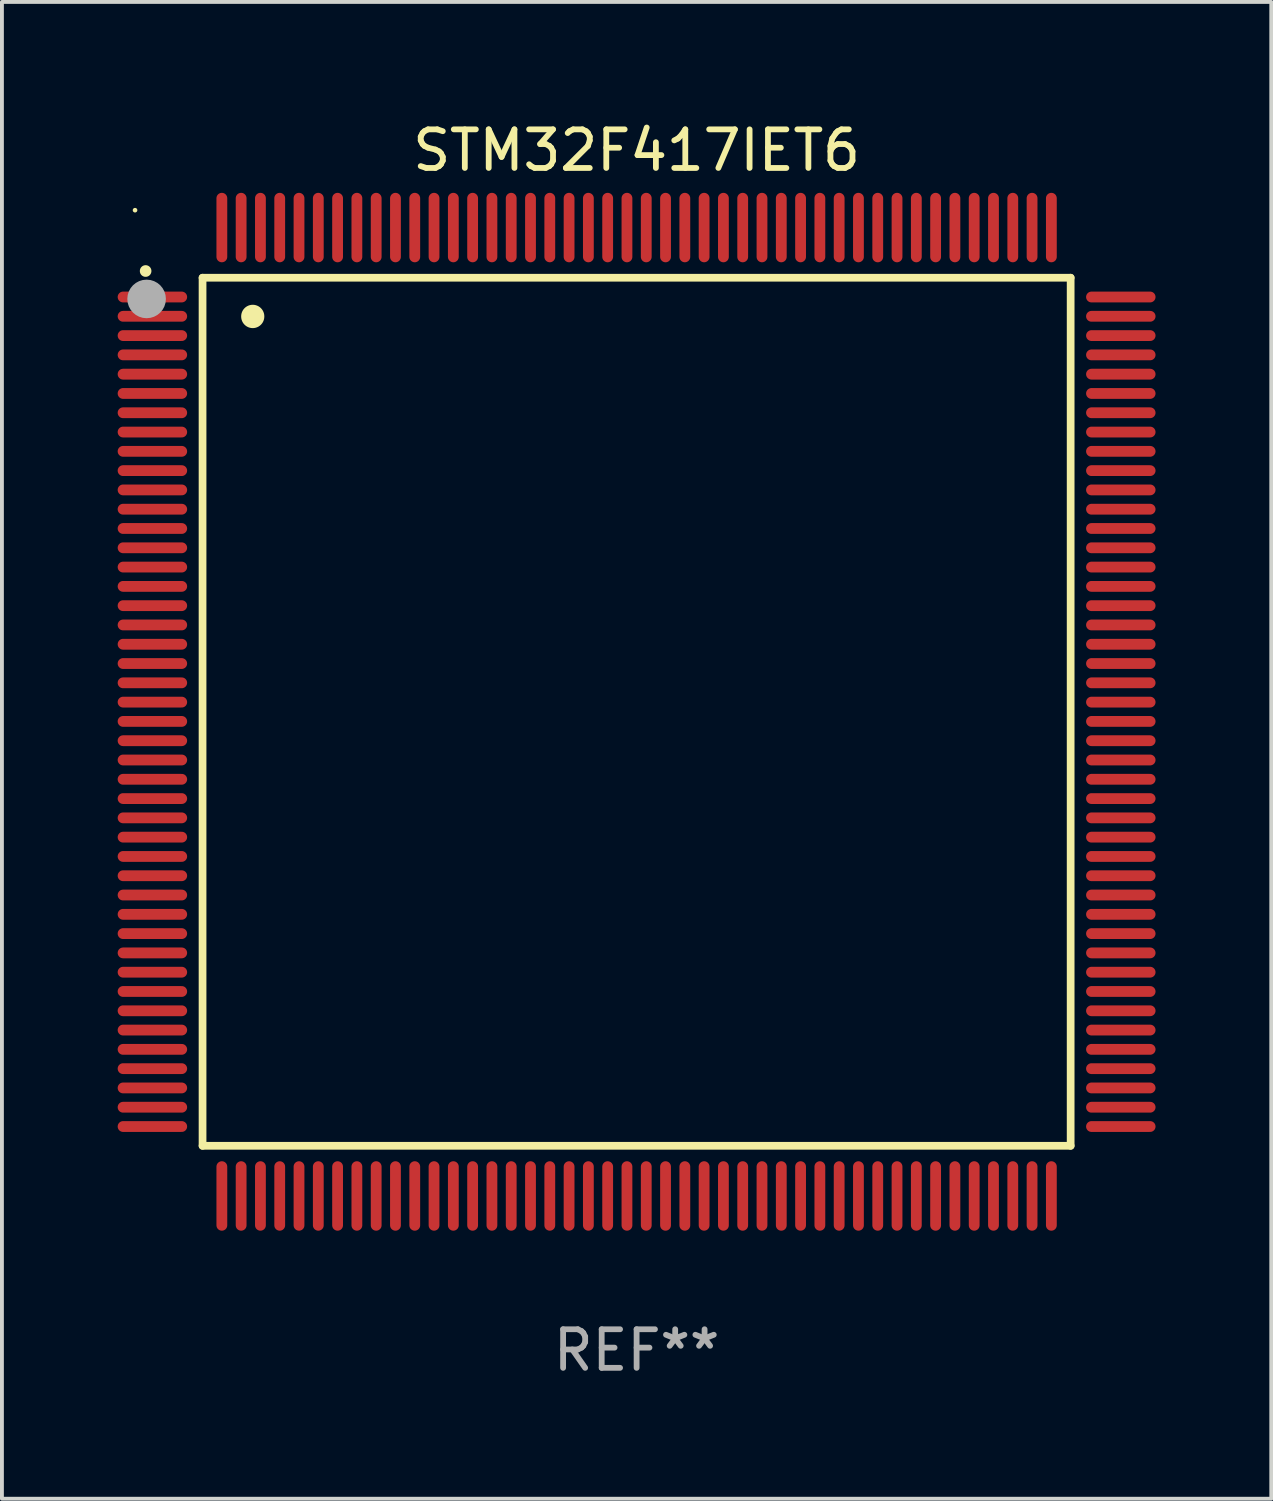
<source format=kicad_pcb>
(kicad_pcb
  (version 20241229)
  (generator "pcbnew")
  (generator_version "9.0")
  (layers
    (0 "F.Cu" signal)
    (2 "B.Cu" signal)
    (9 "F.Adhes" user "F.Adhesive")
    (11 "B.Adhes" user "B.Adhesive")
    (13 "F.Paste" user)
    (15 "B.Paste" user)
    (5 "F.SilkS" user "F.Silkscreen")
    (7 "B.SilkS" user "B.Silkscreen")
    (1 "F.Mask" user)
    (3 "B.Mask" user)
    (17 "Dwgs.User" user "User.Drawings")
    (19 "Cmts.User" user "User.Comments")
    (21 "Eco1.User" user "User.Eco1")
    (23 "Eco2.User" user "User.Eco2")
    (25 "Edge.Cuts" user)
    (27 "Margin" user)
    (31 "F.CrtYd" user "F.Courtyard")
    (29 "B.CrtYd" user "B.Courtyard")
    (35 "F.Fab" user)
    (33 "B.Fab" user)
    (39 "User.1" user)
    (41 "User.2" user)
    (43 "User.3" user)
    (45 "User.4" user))
  (footprint "STM32F417IET6"
    (layer "F.Cu")
    (at 13.45 15.398)
    (property "Reference" "STM32F417IET6" (at 0 -14.55 0) (layer "F.SilkS") (effects (font (size 1 1) (thickness 0.15))))
    (attr through_hole)
    (fp_line (start -11.25 -11.25) (end 11.25 -11.25) (stroke (width 0.2) (type solid)) (layer "F.SilkS"))
    (fp_line (start -11.25 11.25) (end -11.25 -11.25) (stroke (width 0.2) (type solid)) (layer "F.SilkS"))
    (fp_line (start 11.25 -11.25) (end 11.25 11.25) (stroke (width 0.2) (type solid)) (layer "F.SilkS"))
    (fp_line (start 11.25 11.25) (end -11.25 11.25) (stroke (width 0.2) (type solid)) (layer "F.SilkS"))
    (fp_arc (start -12.725425 -11.422403) (mid -12.72543 -11.423673) (end -12.725425 -11.424943) (stroke (width 0.3) (type solid)) (layer "F.SilkS"))
    (fp_arc (start -9.9492 -10.24384) (mid -9.949211 -10.24638) (end -9.9492 -10.24892) (stroke (width 0.6) (type solid)) (layer "F.SilkS"))
    (fp_circle (center -13 -13) (end -12.97 -13) (stroke (width 0.06) (type solid)) (fill no) (layer "F.SilkS"))
    (fp_circle (center -12.7 -10.7) (end -12.45 -10.7) (stroke (width 0.5) (type solid)) (fill no) (layer "F.Fab"))
    (fp_text user "REF**" (at 0 16.55 0) (layer "F.Fab") (effects (font (size 1 1) (thickness 0.15))))
    (pad "1" smd oval (at -12.55 -10.75 90) (size 0.28 1.8) (layers "F.Cu" "F.Mask" "F.Paste"))
    (pad "2" smd oval (at -12.55 -10.25 90) (size 0.28 1.8) (layers "F.Cu" "F.Mask" "F.Paste"))
    (pad "3" smd oval (at -12.55 -9.75 90) (size 0.28 1.8) (layers "F.Cu" "F.Mask" "F.Paste"))
    (pad "4" smd oval (at -12.55 -9.25 90) (size 0.28 1.8) (layers "F.Cu" "F.Mask" "F.Paste"))
    (pad "5" smd oval (at -12.55 -8.75 90) (size 0.28 1.8) (layers "F.Cu" "F.Mask" "F.Paste"))
    (pad "6" smd oval (at -12.55 -8.25 90) (size 0.28 1.8) (layers "F.Cu" "F.Mask" "F.Paste"))
    (pad "7" smd oval (at -12.55 -7.75 90) (size 0.28 1.8) (layers "F.Cu" "F.Mask" "F.Paste"))
    (pad "8" smd oval (at -12.55 -7.25 90) (size 0.28 1.8) (layers "F.Cu" "F.Mask" "F.Paste"))
    (pad "9" smd oval (at -12.55 -6.75 90) (size 0.28 1.8) (layers "F.Cu" "F.Mask" "F.Paste"))
    (pad "10" smd oval (at -12.55 -6.25 90) (size 0.28 1.8) (layers "F.Cu" "F.Mask" "F.Paste"))
    (pad "11" smd oval (at -12.55 -5.75 90) (size 0.28 1.8) (layers "F.Cu" "F.Mask" "F.Paste"))
    (pad "12" smd oval (at -12.55 -5.25 90) (size 0.28 1.8) (layers "F.Cu" "F.Mask" "F.Paste"))
    (pad "13" smd oval (at -12.55 -4.75 90) (size 0.28 1.8) (layers "F.Cu" "F.Mask" "F.Paste"))
    (pad "14" smd oval (at -12.55 -4.25 90) (size 0.28 1.8) (layers "F.Cu" "F.Mask" "F.Paste"))
    (pad "15" smd oval (at -12.55 -3.75 90) (size 0.28 1.8) (layers "F.Cu" "F.Mask" "F.Paste"))
    (pad "16" smd oval (at -12.55 -3.25 90) (size 0.28 1.8) (layers "F.Cu" "F.Mask" "F.Paste"))
    (pad "17" smd oval (at -12.55 -2.75 90) (size 0.28 1.8) (layers "F.Cu" "F.Mask" "F.Paste"))
    (pad "18" smd oval (at -12.55 -2.25 90) (size 0.28 1.8) (layers "F.Cu" "F.Mask" "F.Paste"))
    (pad "19" smd oval (at -12.55 -1.75 90) (size 0.28 1.8) (layers "F.Cu" "F.Mask" "F.Paste"))
    (pad "20" smd oval (at -12.55 -1.25 90) (size 0.28 1.8) (layers "F.Cu" "F.Mask" "F.Paste"))
    (pad "21" smd oval (at -12.55 -0.75 90) (size 0.28 1.8) (layers "F.Cu" "F.Mask" "F.Paste"))
    (pad "22" smd oval (at -12.55 -0.25 90) (size 0.28 1.8) (layers "F.Cu" "F.Mask" "F.Paste"))
    (pad "23" smd oval (at -12.55 0.25 90) (size 0.28 1.8) (layers "F.Cu" "F.Mask" "F.Paste"))
    (pad "24" smd oval (at -12.55 0.75 90) (size 0.28 1.8) (layers "F.Cu" "F.Mask" "F.Paste"))
    (pad "25" smd oval (at -12.55 1.25 90) (size 0.28 1.8) (layers "F.Cu" "F.Mask" "F.Paste"))
    (pad "26" smd oval (at -12.55 1.75 90) (size 0.28 1.8) (layers "F.Cu" "F.Mask" "F.Paste"))
    (pad "27" smd oval (at -12.55 2.25 90) (size 0.28 1.8) (layers "F.Cu" "F.Mask" "F.Paste"))
    (pad "28" smd oval (at -12.55 2.75 90) (size 0.28 1.8) (layers "F.Cu" "F.Mask" "F.Paste"))
    (pad "29" smd oval (at -12.55 3.25 90) (size 0.28 1.8) (layers "F.Cu" "F.Mask" "F.Paste"))
    (pad "30" smd oval (at -12.55 3.75 90) (size 0.28 1.8) (layers "F.Cu" "F.Mask" "F.Paste"))
    (pad "31" smd oval (at -12.55 4.25 90) (size 0.28 1.8) (layers "F.Cu" "F.Mask" "F.Paste"))
    (pad "32" smd oval (at -12.55 4.75 90) (size 0.28 1.8) (layers "F.Cu" "F.Mask" "F.Paste"))
    (pad "33" smd oval (at -12.55 5.25 90) (size 0.28 1.8) (layers "F.Cu" "F.Mask" "F.Paste"))
    (pad "34" smd oval (at -12.55 5.75 90) (size 0.28 1.8) (layers "F.Cu" "F.Mask" "F.Paste"))
    (pad "35" smd oval (at -12.55 6.25 90) (size 0.28 1.8) (layers "F.Cu" "F.Mask" "F.Paste"))
    (pad "36" smd oval (at -12.55 6.75 90) (size 0.28 1.8) (layers "F.Cu" "F.Mask" "F.Paste"))
    (pad "37" smd oval (at -12.55 7.25 90) (size 0.28 1.8) (layers "F.Cu" "F.Mask" "F.Paste"))
    (pad "38" smd oval (at -12.55 7.75 90) (size 0.28 1.8) (layers "F.Cu" "F.Mask" "F.Paste"))
    (pad "39" smd oval (at -12.55 8.25 90) (size 0.28 1.8) (layers "F.Cu" "F.Mask" "F.Paste"))
    (pad "40" smd oval (at -12.55 8.75 90) (size 0.28 1.8) (layers "F.Cu" "F.Mask" "F.Paste"))
    (pad "41" smd oval (at -12.55 9.25 90) (size 0.28 1.8) (layers "F.Cu" "F.Mask" "F.Paste"))
    (pad "42" smd oval (at -12.55 9.75 90) (size 0.28 1.8) (layers "F.Cu" "F.Mask" "F.Paste"))
    (pad "43" smd oval (at -12.55 10.25 90) (size 0.28 1.8) (layers "F.Cu" "F.Mask" "F.Paste"))
    (pad "44" smd oval (at -12.55 10.75 90) (size 0.28 1.8) (layers "F.Cu" "F.Mask" "F.Paste"))
    (pad "45" smd oval (at -10.75 12.55) (size 0.28 1.8) (layers "F.Cu" "F.Mask" "F.Paste"))
    (pad "46" smd oval (at -10.25 12.55) (size 0.28 1.8) (layers "F.Cu" "F.Mask" "F.Paste"))
    (pad "47" smd oval (at -9.75 12.55) (size 0.28 1.8) (layers "F.Cu" "F.Mask" "F.Paste"))
    (pad "48" smd oval (at -9.25 12.55) (size 0.28 1.8) (layers "F.Cu" "F.Mask" "F.Paste"))
    (pad "49" smd oval (at -8.75 12.55) (size 0.28 1.8) (layers "F.Cu" "F.Mask" "F.Paste"))
    (pad "50" smd oval (at -8.25 12.55) (size 0.28 1.8) (layers "F.Cu" "F.Mask" "F.Paste"))
    (pad "51" smd oval (at -7.75 12.55) (size 0.28 1.8) (layers "F.Cu" "F.Mask" "F.Paste"))
    (pad "52" smd oval (at -7.25 12.55) (size 0.28 1.8) (layers "F.Cu" "F.Mask" "F.Paste"))
    (pad "53" smd oval (at -6.75 12.55) (size 0.28 1.8) (layers "F.Cu" "F.Mask" "F.Paste"))
    (pad "54" smd oval (at -6.25 12.55) (size 0.28 1.8) (layers "F.Cu" "F.Mask" "F.Paste"))
    (pad "55" smd oval (at -5.75 12.55) (size 0.28 1.8) (layers "F.Cu" "F.Mask" "F.Paste"))
    (pad "56" smd oval (at -5.25 12.55) (size 0.28 1.8) (layers "F.Cu" "F.Mask" "F.Paste"))
    (pad "57" smd oval (at -4.75 12.55) (size 0.28 1.8) (layers "F.Cu" "F.Mask" "F.Paste"))
    (pad "58" smd oval (at -4.25 12.55) (size 0.28 1.8) (layers "F.Cu" "F.Mask" "F.Paste"))
    (pad "59" smd oval (at -3.75 12.55) (size 0.28 1.8) (layers "F.Cu" "F.Mask" "F.Paste"))
    (pad "60" smd oval (at -3.25 12.55) (size 0.28 1.8) (layers "F.Cu" "F.Mask" "F.Paste"))
    (pad "61" smd oval (at -2.75 12.55) (size 0.28 1.8) (layers "F.Cu" "F.Mask" "F.Paste"))
    (pad "62" smd oval (at -2.25 12.55) (size 0.28 1.8) (layers "F.Cu" "F.Mask" "F.Paste"))
    (pad "63" smd oval (at -1.75 12.55) (size 0.28 1.8) (layers "F.Cu" "F.Mask" "F.Paste"))
    (pad "64" smd oval (at -1.25 12.55) (size 0.28 1.8) (layers "F.Cu" "F.Mask" "F.Paste"))
    (pad "65" smd oval (at -0.75 12.55) (size 0.28 1.8) (layers "F.Cu" "F.Mask" "F.Paste"))
    (pad "66" smd oval (at -0.25 12.55) (size 0.28 1.8) (layers "F.Cu" "F.Mask" "F.Paste"))
    (pad "67" smd oval (at 0.25 12.55) (size 0.28 1.8) (layers "F.Cu" "F.Mask" "F.Paste"))
    (pad "68" smd oval (at 0.75 12.55) (size 0.28 1.8) (layers "F.Cu" "F.Mask" "F.Paste"))
    (pad "69" smd oval (at 1.25 12.55) (size 0.28 1.8) (layers "F.Cu" "F.Mask" "F.Paste"))
    (pad "70" smd oval (at 1.75 12.55) (size 0.28 1.8) (layers "F.Cu" "F.Mask" "F.Paste"))
    (pad "71" smd oval (at 2.25 12.55) (size 0.28 1.8) (layers "F.Cu" "F.Mask" "F.Paste"))
    (pad "72" smd oval (at 2.75 12.55) (size 0.28 1.8) (layers "F.Cu" "F.Mask" "F.Paste"))
    (pad "73" smd oval (at 3.25 12.55) (size 0.28 1.8) (layers "F.Cu" "F.Mask" "F.Paste"))
    (pad "74" smd oval (at 3.75 12.55) (size 0.28 1.8) (layers "F.Cu" "F.Mask" "F.Paste"))
    (pad "75" smd oval (at 4.25 12.55) (size 0.28 1.8) (layers "F.Cu" "F.Mask" "F.Paste"))
    (pad "76" smd oval (at 4.75 12.55) (size 0.28 1.8) (layers "F.Cu" "F.Mask" "F.Paste"))
    (pad "77" smd oval (at 5.25 12.55) (size 0.28 1.8) (layers "F.Cu" "F.Mask" "F.Paste"))
    (pad "78" smd oval (at 5.75 12.55) (size 0.28 1.8) (layers "F.Cu" "F.Mask" "F.Paste"))
    (pad "79" smd oval (at 6.25 12.55) (size 0.28 1.8) (layers "F.Cu" "F.Mask" "F.Paste"))
    (pad "80" smd oval (at 6.75 12.55) (size 0.28 1.8) (layers "F.Cu" "F.Mask" "F.Paste"))
    (pad "81" smd oval (at 7.25 12.55) (size 0.28 1.8) (layers "F.Cu" "F.Mask" "F.Paste"))
    (pad "82" smd oval (at 7.75 12.55) (size 0.28 1.8) (layers "F.Cu" "F.Mask" "F.Paste"))
    (pad "83" smd oval (at 8.25 12.55) (size 0.28 1.8) (layers "F.Cu" "F.Mask" "F.Paste"))
    (pad "84" smd oval (at 8.75 12.55) (size 0.28 1.8) (layers "F.Cu" "F.Mask" "F.Paste"))
    (pad "85" smd oval (at 9.25 12.55) (size 0.28 1.8) (layers "F.Cu" "F.Mask" "F.Paste"))
    (pad "86" smd oval (at 9.75 12.55) (size 0.28 1.8) (layers "F.Cu" "F.Mask" "F.Paste"))
    (pad "87" smd oval (at 10.25 12.55) (size 0.28 1.8) (layers "F.Cu" "F.Mask" "F.Paste"))
    (pad "88" smd oval (at 10.75 12.55) (size 0.28 1.8) (layers "F.Cu" "F.Mask" "F.Paste"))
    (pad "89" smd oval (at 12.55 10.75 90) (size 0.28 1.8) (layers "F.Cu" "F.Mask" "F.Paste"))
    (pad "90" smd oval (at 12.55 10.25 90) (size 0.28 1.8) (layers "F.Cu" "F.Mask" "F.Paste"))
    (pad "91" smd oval (at 12.55 9.75 90) (size 0.28 1.8) (layers "F.Cu" "F.Mask" "F.Paste"))
    (pad "92" smd oval (at 12.55 9.25 90) (size 0.28 1.8) (layers "F.Cu" "F.Mask" "F.Paste"))
    (pad "93" smd oval (at 12.55 8.75 90) (size 0.28 1.8) (layers "F.Cu" "F.Mask" "F.Paste"))
    (pad "94" smd oval (at 12.55 8.25 90) (size 0.28 1.8) (layers "F.Cu" "F.Mask" "F.Paste"))
    (pad "95" smd oval (at 12.55 7.75 90) (size 0.28 1.8) (layers "F.Cu" "F.Mask" "F.Paste"))
    (pad "96" smd oval (at 12.55 7.25 90) (size 0.28 1.8) (layers "F.Cu" "F.Mask" "F.Paste"))
    (pad "97" smd oval (at 12.55 6.75 90) (size 0.28 1.8) (layers "F.Cu" "F.Mask" "F.Paste"))
    (pad "98" smd oval (at 12.55 6.25 90) (size 0.28 1.8) (layers "F.Cu" "F.Mask" "F.Paste"))
    (pad "99" smd oval (at 12.55 5.75 90) (size 0.28 1.8) (layers "F.Cu" "F.Mask" "F.Paste"))
    (pad "100" smd oval (at 12.55 5.25 90) (size 0.28 1.8) (layers "F.Cu" "F.Mask" "F.Paste"))
    (pad "101" smd oval (at 12.55 4.75 90) (size 0.28 1.8) (layers "F.Cu" "F.Mask" "F.Paste"))
    (pad "102" smd oval (at 12.55 4.25 90) (size 0.28 1.8) (layers "F.Cu" "F.Mask" "F.Paste"))
    (pad "103" smd oval (at 12.55 3.75 90) (size 0.28 1.8) (layers "F.Cu" "F.Mask" "F.Paste"))
    (pad "104" smd oval (at 12.55 3.25 90) (size 0.28 1.8) (layers "F.Cu" "F.Mask" "F.Paste"))
    (pad "105" smd oval (at 12.55 2.75 90) (size 0.28 1.8) (layers "F.Cu" "F.Mask" "F.Paste"))
    (pad "106" smd oval (at 12.55 2.25 90) (size 0.28 1.8) (layers "F.Cu" "F.Mask" "F.Paste"))
    (pad "107" smd oval (at 12.55 1.75 90) (size 0.28 1.8) (layers "F.Cu" "F.Mask" "F.Paste"))
    (pad "108" smd oval (at 12.55 1.25 90) (size 0.28 1.8) (layers "F.Cu" "F.Mask" "F.Paste"))
    (pad "109" smd oval (at 12.55 0.75 90) (size 0.28 1.8) (layers "F.Cu" "F.Mask" "F.Paste"))
    (pad "110" smd oval (at 12.55 0.25 90) (size 0.28 1.8) (layers "F.Cu" "F.Mask" "F.Paste"))
    (pad "111" smd oval (at 12.55 -0.25 90) (size 0.28 1.8) (layers "F.Cu" "F.Mask" "F.Paste"))
    (pad "112" smd oval (at 12.55 -0.75 90) (size 0.28 1.8) (layers "F.Cu" "F.Mask" "F.Paste"))
    (pad "113" smd oval (at 12.55 -1.25 90) (size 0.28 1.8) (layers "F.Cu" "F.Mask" "F.Paste"))
    (pad "114" smd oval (at 12.55 -1.75 90) (size 0.28 1.8) (layers "F.Cu" "F.Mask" "F.Paste"))
    (pad "115" smd oval (at 12.55 -2.25 90) (size 0.28 1.8) (layers "F.Cu" "F.Mask" "F.Paste"))
    (pad "116" smd oval (at 12.55 -2.75 90) (size 0.28 1.8) (layers "F.Cu" "F.Mask" "F.Paste"))
    (pad "117" smd oval (at 12.55 -3.25 90) (size 0.28 1.8) (layers "F.Cu" "F.Mask" "F.Paste"))
    (pad "118" smd oval (at 12.55 -3.75 90) (size 0.28 1.8) (layers "F.Cu" "F.Mask" "F.Paste"))
    (pad "119" smd oval (at 12.55 -4.25 90) (size 0.28 1.8) (layers "F.Cu" "F.Mask" "F.Paste"))
    (pad "120" smd oval (at 12.55 -4.75 90) (size 0.28 1.8) (layers "F.Cu" "F.Mask" "F.Paste"))
    (pad "121" smd oval (at 12.55 -5.25 90) (size 0.28 1.8) (layers "F.Cu" "F.Mask" "F.Paste"))
    (pad "122" smd oval (at 12.55 -5.75 90) (size 0.28 1.8) (layers "F.Cu" "F.Mask" "F.Paste"))
    (pad "123" smd oval (at 12.55 -6.25 90) (size 0.28 1.8) (layers "F.Cu" "F.Mask" "F.Paste"))
    (pad "124" smd oval (at 12.55 -6.75 90) (size 0.28 1.8) (layers "F.Cu" "F.Mask" "F.Paste"))
    (pad "125" smd oval (at 12.55 -7.25 90) (size 0.28 1.8) (layers "F.Cu" "F.Mask" "F.Paste"))
    (pad "126" smd oval (at 12.55 -7.75 90) (size 0.28 1.8) (layers "F.Cu" "F.Mask" "F.Paste"))
    (pad "127" smd oval (at 12.55 -8.25 90) (size 0.28 1.8) (layers "F.Cu" "F.Mask" "F.Paste"))
    (pad "128" smd oval (at 12.55 -8.75 90) (size 0.28 1.8) (layers "F.Cu" "F.Mask" "F.Paste"))
    (pad "129" smd oval (at 12.55 -9.25 90) (size 0.28 1.8) (layers "F.Cu" "F.Mask" "F.Paste"))
    (pad "130" smd oval (at 12.55 -9.75 90) (size 0.28 1.8) (layers "F.Cu" "F.Mask" "F.Paste"))
    (pad "131" smd oval (at 12.55 -10.25 90) (size 0.28 1.8) (layers "F.Cu" "F.Mask" "F.Paste"))
    (pad "132" smd oval (at 12.55 -10.75 90) (size 0.28 1.8) (layers "F.Cu" "F.Mask" "F.Paste"))
    (pad "133" smd oval (at 10.75 -12.55) (size 0.28 1.8) (layers "F.Cu" "F.Mask" "F.Paste"))
    (pad "134" smd oval (at 10.25 -12.55) (size 0.28 1.8) (layers "F.Cu" "F.Mask" "F.Paste"))
    (pad "135" smd oval (at 9.75 -12.55) (size 0.28 1.8) (layers "F.Cu" "F.Mask" "F.Paste"))
    (pad "136" smd oval (at 9.25 -12.55) (size 0.28 1.8) (layers "F.Cu" "F.Mask" "F.Paste"))
    (pad "137" smd oval (at 8.75 -12.55) (size 0.28 1.8) (layers "F.Cu" "F.Mask" "F.Paste"))
    (pad "138" smd oval (at 8.25 -12.55) (size 0.28 1.8) (layers "F.Cu" "F.Mask" "F.Paste"))
    (pad "139" smd oval (at 7.75 -12.55) (size 0.28 1.8) (layers "F.Cu" "F.Mask" "F.Paste"))
    (pad "140" smd oval (at 7.25 -12.55) (size 0.28 1.8) (layers "F.Cu" "F.Mask" "F.Paste"))
    (pad "141" smd oval (at 6.75 -12.55) (size 0.28 1.8) (layers "F.Cu" "F.Mask" "F.Paste"))
    (pad "142" smd oval (at 6.25 -12.55) (size 0.28 1.8) (layers "F.Cu" "F.Mask" "F.Paste"))
    (pad "143" smd oval (at 5.75 -12.55) (size 0.28 1.8) (layers "F.Cu" "F.Mask" "F.Paste"))
    (pad "144" smd oval (at 5.25 -12.55) (size 0.28 1.8) (layers "F.Cu" "F.Mask" "F.Paste"))
    (pad "145" smd oval (at 4.75 -12.55) (size 0.28 1.8) (layers "F.Cu" "F.Mask" "F.Paste"))
    (pad "146" smd oval (at 4.25 -12.55) (size 0.28 1.8) (layers "F.Cu" "F.Mask" "F.Paste"))
    (pad "147" smd oval (at 3.75 -12.55) (size 0.28 1.8) (layers "F.Cu" "F.Mask" "F.Paste"))
    (pad "148" smd oval (at 3.25 -12.55) (size 0.28 1.8) (layers "F.Cu" "F.Mask" "F.Paste"))
    (pad "149" smd oval (at 2.75 -12.55) (size 0.28 1.8) (layers "F.Cu" "F.Mask" "F.Paste"))
    (pad "150" smd oval (at 2.25 -12.55) (size 0.28 1.8) (layers "F.Cu" "F.Mask" "F.Paste"))
    (pad "151" smd oval (at 1.75 -12.55) (size 0.28 1.8) (layers "F.Cu" "F.Mask" "F.Paste"))
    (pad "152" smd oval (at 1.25 -12.55) (size 0.28 1.8) (layers "F.Cu" "F.Mask" "F.Paste"))
    (pad "153" smd oval (at 0.75 -12.55) (size 0.28 1.8) (layers "F.Cu" "F.Mask" "F.Paste"))
    (pad "154" smd oval (at 0.25 -12.55) (size 0.28 1.8) (layers "F.Cu" "F.Mask" "F.Paste"))
    (pad "155" smd oval (at -0.25 -12.55) (size 0.28 1.8) (layers "F.Cu" "F.Mask" "F.Paste"))
    (pad "156" smd oval (at -0.75 -12.55) (size 0.28 1.8) (layers "F.Cu" "F.Mask" "F.Paste"))
    (pad "157" smd oval (at -1.25 -12.55) (size 0.28 1.8) (layers "F.Cu" "F.Mask" "F.Paste"))
    (pad "158" smd oval (at -1.75 -12.55) (size 0.28 1.8) (layers "F.Cu" "F.Mask" "F.Paste"))
    (pad "159" smd oval (at -2.25 -12.55) (size 0.28 1.8) (layers "F.Cu" "F.Mask" "F.Paste"))
    (pad "160" smd oval (at -2.75 -12.55) (size 0.28 1.8) (layers "F.Cu" "F.Mask" "F.Paste"))
    (pad "161" smd oval (at -3.25 -12.55) (size 0.28 1.8) (layers "F.Cu" "F.Mask" "F.Paste"))
    (pad "162" smd oval (at -3.75 -12.55) (size 0.28 1.8) (layers "F.Cu" "F.Mask" "F.Paste"))
    (pad "163" smd oval (at -4.25 -12.55) (size 0.28 1.8) (layers "F.Cu" "F.Mask" "F.Paste"))
    (pad "164" smd oval (at -4.75 -12.55) (size 0.28 1.8) (layers "F.Cu" "F.Mask" "F.Paste"))
    (pad "165" smd oval (at -5.25 -12.55) (size 0.28 1.8) (layers "F.Cu" "F.Mask" "F.Paste"))
    (pad "166" smd oval (at -5.75 -12.55) (size 0.28 1.8) (layers "F.Cu" "F.Mask" "F.Paste"))
    (pad "167" smd oval (at -6.25 -12.55) (size 0.28 1.8) (layers "F.Cu" "F.Mask" "F.Paste"))
    (pad "168" smd oval (at -6.75 -12.55) (size 0.28 1.8) (layers "F.Cu" "F.Mask" "F.Paste"))
    (pad "169" smd oval (at -7.25 -12.55) (size 0.28 1.8) (layers "F.Cu" "F.Mask" "F.Paste"))
    (pad "170" smd oval (at -7.75 -12.55) (size 0.28 1.8) (layers "F.Cu" "F.Mask" "F.Paste"))
    (pad "171" smd oval (at -8.25 -12.55) (size 0.28 1.8) (layers "F.Cu" "F.Mask" "F.Paste"))
    (pad "172" smd oval (at -8.75 -12.55) (size 0.28 1.8) (layers "F.Cu" "F.Mask" "F.Paste"))
    (pad "173" smd oval (at -9.25 -12.55) (size 0.28 1.8) (layers "F.Cu" "F.Mask" "F.Paste"))
    (pad "174" smd oval (at -9.75 -12.55) (size 0.28 1.8) (layers "F.Cu" "F.Mask" "F.Paste"))
    (pad "175" smd oval (at -10.25 -12.55) (size 0.28 1.8) (layers "F.Cu" "F.Mask" "F.Paste"))
    (pad "176" smd oval (at -10.75 -12.55) (size 0.28 1.8) (layers "F.Cu" "F.Mask" "F.Paste")))
  (gr_rect
    (start -3 -3)
    (end 29.9 35.796)
    (stroke (width 0.1) (type default))
    (fill no)
    (layer "Edge.Cuts")))
</source>
